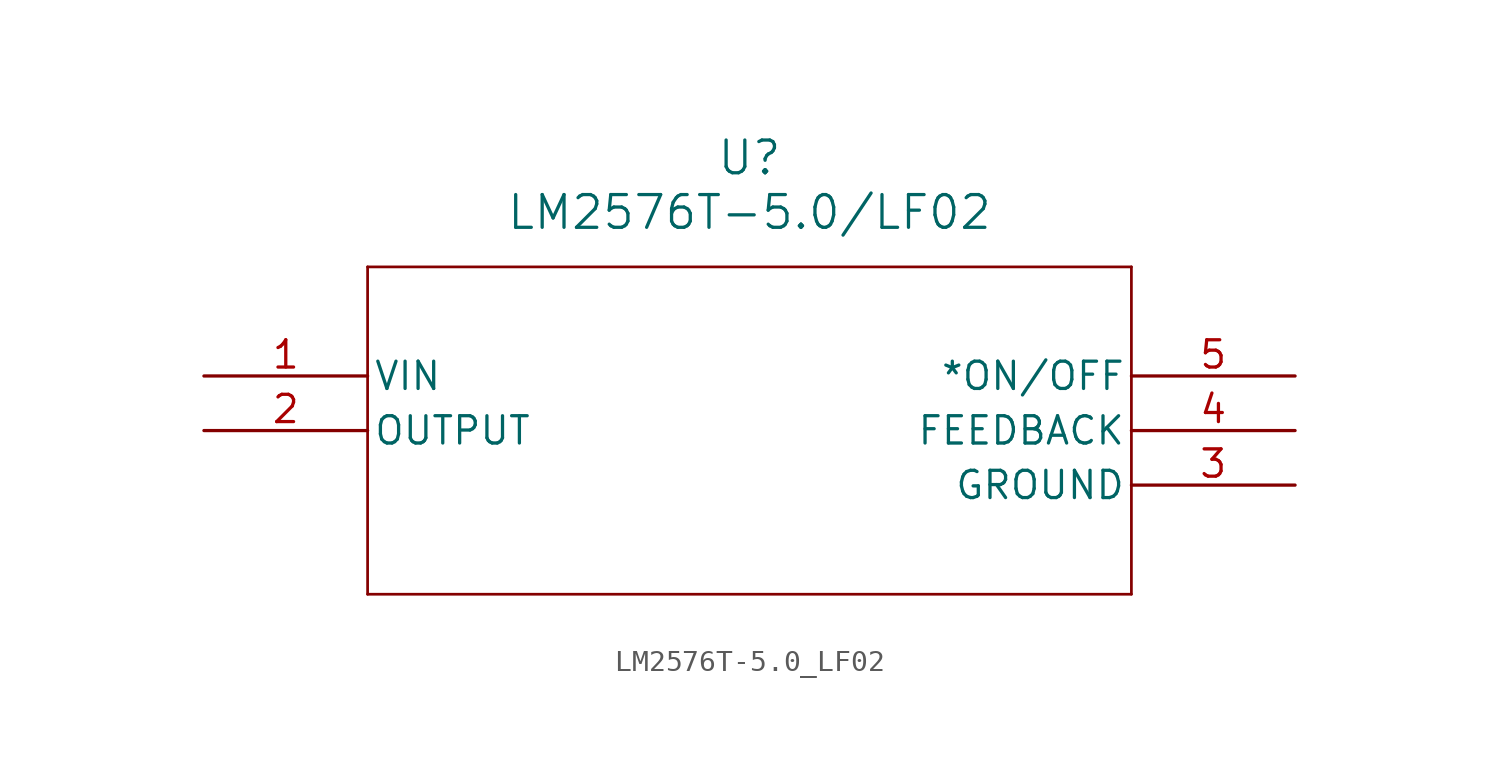
<source format=kicad_sym>
(kicad_symbol_lib
  (version 20211014)
  (generator kicad_symbol_editor)
  (symbol "LM2576T-5.0_LF02"
    (pin_names
      (offset 0.254))
    (property "Reference" "U"
      (at 25.4 10.16 0)
      (effects (font (size 1.524 1.524))))
    (property "Value" "LM2576T-5.0/LF02"
      (at 25.4 7.62 0)
      (effects (font (size 1.524 1.524))))
    (polyline
      (pts (xy 7.62 5.08) (xy 7.62 -10.16))
      (stroke (width 0.127) (type default) (color 0 0 0 0))
      (fill (type none)))
    (polyline
      (pts (xy 7.62 -10.16) (xy 43.18 -10.16))
      (stroke (width 0.127) (type default) (color 0 0 0 0))
      (fill (type none)))
    (polyline
      (pts (xy 43.18 -10.16) (xy 43.18 5.08))
      (stroke (width 0.127) (type default) (color 0 0 0 0))
      (fill (type none)))
    (polyline
      (pts (xy 43.18 5.08) (xy 7.62 5.08))
      (stroke (width 0.127) (type default) (color 0 0 0 0))
      (fill (type none)))
    (pin input line
      (at 0 0 0)
      (length 7.62)
      (name "VIN" (effects (font (size 1.27 1.27))))
      (number "1" (effects (font (size 1.27 1.27)))))
    (pin output line
      (at 0 -2.54 0)
      (length 7.62)
      (name "OUTPUT" (effects (font (size 1.27 1.27))))
      (number "2" (effects (font (size 1.27 1.27)))))
    (pin power_in line
      (at 50.8 -5.08 180)
      (length 7.62)
      (name "GROUND" (effects (font (size 1.27 1.27))))
      (number "3" (effects (font (size 1.27 1.27)))))
    (pin input line
      (at 50.8 -2.54 180)
      (length 7.62)
      (name "FEEDBACK" (effects (font (size 1.27 1.27))))
      (number "4" (effects (font (size 1.27 1.27)))))
    (pin input line
      (at 50.8 0 180)
      (length 7.62)
      (name "*ON/OFF" (effects (font (size 1.27 1.27))))
      (number "5" (effects (font (size 1.27 1.27)))))))
</source>
